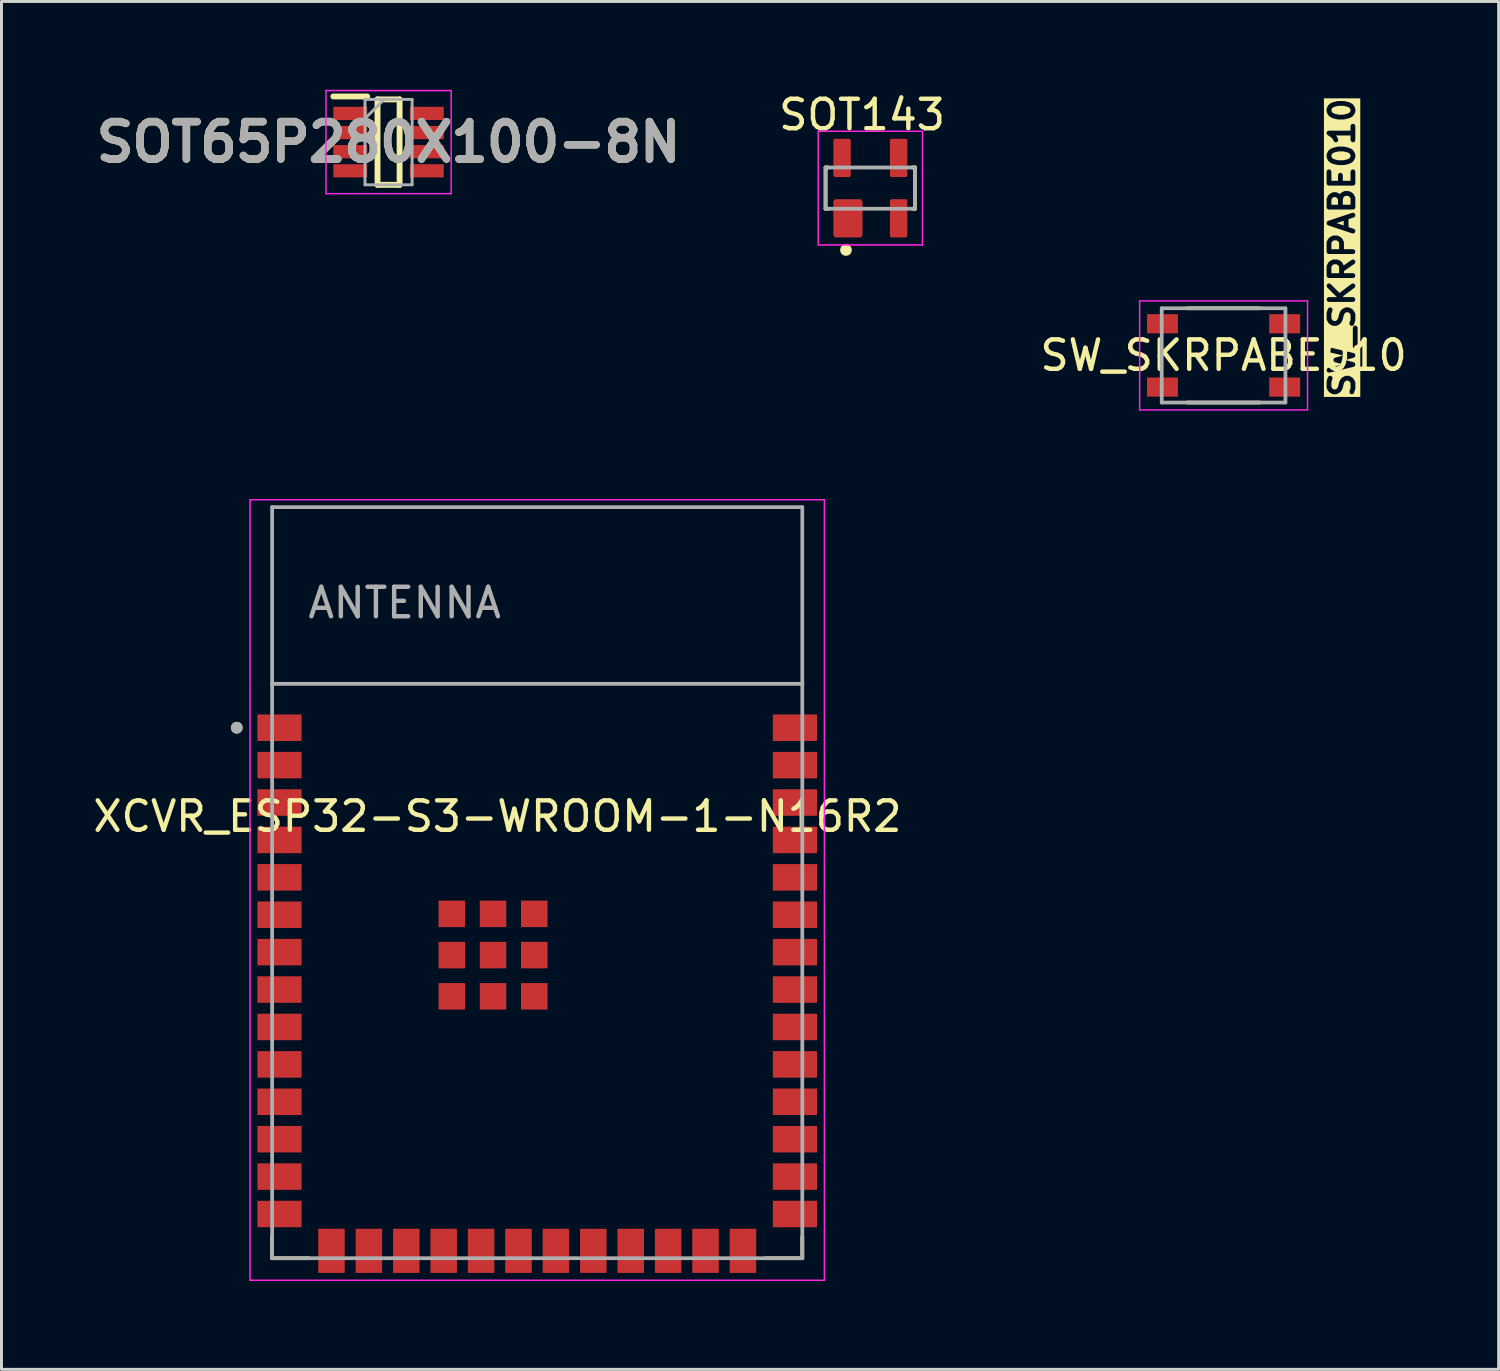
<source format=kicad_pcb>
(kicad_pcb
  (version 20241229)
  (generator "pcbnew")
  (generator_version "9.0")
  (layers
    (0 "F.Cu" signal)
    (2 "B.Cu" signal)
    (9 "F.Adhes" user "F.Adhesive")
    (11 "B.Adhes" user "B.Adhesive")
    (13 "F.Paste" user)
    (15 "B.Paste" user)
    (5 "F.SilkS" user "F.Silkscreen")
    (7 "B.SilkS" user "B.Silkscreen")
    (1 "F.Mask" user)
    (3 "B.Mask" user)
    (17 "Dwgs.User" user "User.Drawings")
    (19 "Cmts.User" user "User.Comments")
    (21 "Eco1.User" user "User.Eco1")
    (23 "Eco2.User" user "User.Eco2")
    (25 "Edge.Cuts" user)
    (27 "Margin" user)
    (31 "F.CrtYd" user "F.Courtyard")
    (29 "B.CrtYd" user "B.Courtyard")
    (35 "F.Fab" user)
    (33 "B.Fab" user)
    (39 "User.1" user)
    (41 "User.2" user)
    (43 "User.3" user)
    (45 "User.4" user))
  (footprint "SOT65P280X100-8N"
    (layer "F.Cu")
    (at 10.142 1.775)
    (property "Reference" "SOT65P280X100-8N" (at 0 0 0) (layer "F.SilkS") (effects (font (size 1.27 1.27) (thickness 0.254))))
    (attr smd)
    (fp_line (start -1.875 -1.55) (end -0.725 -1.55) (stroke (width 0.2) (type solid)) (layer "F.SilkS"))
    (fp_line (start -0.375 -1.45) (end 0.375 -1.45) (stroke (width 0.2) (type solid)) (layer "F.SilkS"))
    (fp_line (start -0.375 1.45) (end -0.375 -1.45) (stroke (width 0.2) (type solid)) (layer "F.SilkS"))
    (fp_line (start 0.375 -1.45) (end 0.375 1.45) (stroke (width 0.2) (type solid)) (layer "F.SilkS"))
    (fp_line (start 0.375 1.45) (end -0.375 1.45) (stroke (width 0.2) (type solid)) (layer "F.SilkS"))
    (fp_line (start -2.125 -1.75) (end 2.125 -1.75) (stroke (width 0.05) (type solid)) (layer "F.CrtYd"))
    (fp_line (start -2.125 1.75) (end -2.125 -1.75) (stroke (width 0.05) (type solid)) (layer "F.CrtYd"))
    (fp_line (start 2.125 -1.75) (end 2.125 1.75) (stroke (width 0.05) (type solid)) (layer "F.CrtYd"))
    (fp_line (start 2.125 1.75) (end -2.125 1.75) (stroke (width 0.05) (type solid)) (layer "F.CrtYd"))
    (fp_line (start -0.8 -1.45) (end 0.8 -1.45) (stroke (width 0.1) (type solid)) (layer "F.Fab"))
    (fp_line (start -0.8 -0.8) (end -0.15 -1.45) (stroke (width 0.1) (type solid)) (layer "F.Fab"))
    (fp_line (start -0.8 1.45) (end -0.8 -1.45) (stroke (width 0.1) (type solid)) (layer "F.Fab"))
    (fp_line (start 0.8 -1.45) (end 0.8 1.45) (stroke (width 0.1) (type solid)) (layer "F.Fab"))
    (fp_line (start 0.8 1.45) (end -0.8 1.45) (stroke (width 0.1) (type solid)) (layer "F.Fab"))
    (fp_text user "${REFERENCE}" (at 0 0 0) (layer "F.Fab") (effects (font (size 1.27 1.27) (thickness 0.254))))
    (pad "1" smd rect (at -1.3 -0.975 90) (size 0.45 1.15) (layers "F.Cu" "F.Mask" "F.Paste"))
    (pad "2" smd rect (at -1.3 -0.325 90) (size 0.45 1.15) (layers "F.Cu" "F.Mask" "F.Paste"))
    (pad "3" smd rect (at -1.3 0.325 90) (size 0.45 1.15) (layers "F.Cu" "F.Mask" "F.Paste"))
    (pad "4" smd rect (at -1.3 0.975 90) (size 0.45 1.15) (layers "F.Cu" "F.Mask" "F.Paste"))
    (pad "5" smd rect (at 1.3 0.975 90) (size 0.45 1.15) (layers "F.Cu" "F.Mask" "F.Paste"))
    (pad "6" smd rect (at 1.3 0.325 90) (size 0.45 1.15) (layers "F.Cu" "F.Mask" "F.Paste"))
    (pad "7" smd rect (at 1.3 -0.325 90) (size 0.45 1.15) (layers "F.Cu" "F.Mask" "F.Paste"))
    (pad "8" smd rect (at 1.3 -0.975 90) (size 0.45 1.15) (layers "F.Cu" "F.Mask" "F.Paste")))
  (footprint "SW_SKRPABE010"
    (layer "F.Cu")
    (at 38.492 9.017)
    (property "Reference" "SW_SKRPABE010" (at 0 0 0) (layer "F.SilkS") (effects (font (size 1 1) (thickness 0.15))))
    (property "Value" "SW_SKRPABE010" (at 0 4.85 0) (layer "F.Fab") (hide yes) (effects (font (size 1 1) (thickness 0.15))))
    (attr smd)
    (fp_line (start -1.23 -1.6) (end 1.23 -1.6) (stroke (width 0.127) (type solid)) (layer "F.SilkS"))
    (fp_line (start -1.23 1.6) (end 1.23 1.6) (stroke (width 0.127) (type solid)) (layer "F.SilkS"))
    (fp_line (start -2.85 -1.85) (end -2.85 1.85) (stroke (width 0.05) (type solid)) (layer "F.CrtYd"))
    (fp_line (start -2.85 1.85) (end 2.85 1.85) (stroke (width 0.05) (type solid)) (layer "F.CrtYd"))
    (fp_line (start 2.85 -1.85) (end -2.85 -1.85) (stroke (width 0.05) (type solid)) (layer "F.CrtYd"))
    (fp_line (start 2.85 1.85) (end 2.85 -1.85) (stroke (width 0.05) (type solid)) (layer "F.CrtYd"))
    (fp_line (start -2.1 -1.6) (end 2.1 -1.6) (stroke (width 0.127) (type solid)) (layer "F.Fab"))
    (fp_line (start -2.1 1.6) (end -2.1 -1.6) (stroke (width 0.127) (type solid)) (layer "F.Fab"))
    (fp_line (start 2.1 -1.6) (end 2.1 1.6) (stroke (width 0.127) (type solid)) (layer "F.Fab"))
    (fp_line (start 2.1 1.6) (end -2.1 1.6) (stroke (width 0.127) (type solid)) (layer "F.Fab"))
    (fp_text user "${VALUE}" (at 4.5 1.5 90) (unlocked yes) (layer "F.SilkS" knockout) (effects (font (size 0.813 0.813) (thickness 0.163) (bold yes)) (justify left bottom)))
    (pad "1" smd rect (at -2.075 -1.075) (size 1.05 0.65) (layers "F.Cu" "F.Mask" "F.Paste"))
    (pad "2" smd rect (at 2.075 -1.075) (size 1.05 0.65) (layers "F.Cu" "F.Mask" "F.Paste"))
    (pad "3" smd rect (at -2.075 1.075) (size 1.05 0.65) (layers "F.Cu" "F.Mask" "F.Paste"))
    (pad "4" smd rect (at 2.075 1.075) (size 1.05 0.65) (layers "F.Cu" "F.Mask" "F.Paste")))
  (footprint "XCVR_ESP32-S3-WROOM-1-N16R2"
    (layer "F.Cu")
    (at 15.189 26.917)
    (property "Reference" "XCVR_ESP32-S3-WROOM-1-N16R2" (at -1.35 -2.25 0) (layer "F.SilkS") (effects (font (size 1 1) (thickness 0.15))))
    (attr smd)
    (fp_line (start -9 12.02) (end -9 12.75) (stroke (width 0.127) (type solid)) (layer "F.SilkS"))
    (fp_line (start -9 12.75) (end -7.755 12.75) (stroke (width 0.127) (type solid)) (layer "F.SilkS"))
    (fp_line (start 9 12.02) (end 9 12.75) (stroke (width 0.127) (type solid)) (layer "F.SilkS"))
    (fp_line (start 9 12.75) (end 7.755 12.75) (stroke (width 0.127) (type solid)) (layer "F.SilkS"))
    (fp_circle (center -10.2 -5.26) (end -10.1 -5.26) (stroke (width 0.2) (type solid)) (fill no) (layer "F.SilkS"))
    (fp_line (start -9.75 -13) (end 9.75 -13) (stroke (width 0.05) (type solid)) (layer "F.CrtYd"))
    (fp_line (start -9.75 13.5) (end -9.75 -13) (stroke (width 0.05) (type solid)) (layer "F.CrtYd"))
    (fp_line (start -9.75 13.5) (end 9.75 13.5) (stroke (width 0.05) (type solid)) (layer "F.CrtYd"))
    (fp_line (start 9.75 -13) (end 9.75 13.5) (stroke (width 0.05) (type solid)) (layer "F.CrtYd"))
    (fp_line (start -9 -12.75) (end 9 -12.75) (stroke (width 0.127) (type solid)) (layer "F.Fab"))
    (fp_line (start -9 -6.75) (end -9 -12.75) (stroke (width 0.127) (type solid)) (layer "F.Fab"))
    (fp_line (start -9 -6.75) (end 9 -6.75) (stroke (width 0.127) (type solid)) (layer "F.Fab"))
    (fp_line (start -9 12.75) (end -9 -6.75) (stroke (width 0.127) (type solid)) (layer "F.Fab"))
    (fp_line (start 9 -12.75) (end 9 -6.75) (stroke (width 0.127) (type solid)) (layer "F.Fab"))
    (fp_line (start 9 -6.75) (end 9 12.75) (stroke (width 0.127) (type solid)) (layer "F.Fab"))
    (fp_line (start 9 12.75) (end -9 12.75) (stroke (width 0.127) (type solid)) (layer "F.Fab"))
    (fp_circle (center -10.2 -5.26) (end -10.1 -5.26) (stroke (width 0.2) (type solid)) (fill no) (layer "F.Fab"))
    (fp_text user "ANTENNA" (at -4.5 -9.5 0) (layer "F.Fab") (effects (font (size 1 1) (thickness 0.15))))
    (pad "1" smd rect (at -8.75 -5.26) (size 1.5 0.9) (layers "F.Cu" "F.Mask" "F.Paste"))
    (pad "2" smd rect (at -8.75 -3.99) (size 1.5 0.9) (layers "F.Cu" "F.Mask" "F.Paste"))
    (pad "3" smd rect (at -8.75 -2.72) (size 1.5 0.9) (layers "F.Cu" "F.Mask" "F.Paste"))
    (pad "4" smd rect (at -8.75 -1.45) (size 1.5 0.9) (layers "F.Cu" "F.Mask" "F.Paste"))
    (pad "5" smd rect (at -8.75 -0.18) (size 1.5 0.9) (layers "F.Cu" "F.Mask" "F.Paste"))
    (pad "6" smd rect (at -8.75 1.09) (size 1.5 0.9) (layers "F.Cu" "F.Mask" "F.Paste"))
    (pad "7" smd rect (at -8.75 2.36) (size 1.5 0.9) (layers "F.Cu" "F.Mask" "F.Paste"))
    (pad "8" smd rect (at -8.75 3.63) (size 1.5 0.9) (layers "F.Cu" "F.Mask" "F.Paste"))
    (pad "9" smd rect (at -8.75 4.9) (size 1.5 0.9) (layers "F.Cu" "F.Mask" "F.Paste"))
    (pad "10" smd rect (at -8.75 6.17) (size 1.5 0.9) (layers "F.Cu" "F.Mask" "F.Paste"))
    (pad "11" smd rect (at -8.75 7.44) (size 1.5 0.9) (layers "F.Cu" "F.Mask" "F.Paste"))
    (pad "12" smd rect (at -8.75 8.71) (size 1.5 0.9) (layers "F.Cu" "F.Mask" "F.Paste"))
    (pad "13" smd rect (at -8.75 9.98) (size 1.5 0.9) (layers "F.Cu" "F.Mask" "F.Paste"))
    (pad "14" smd rect (at -8.75 11.25) (size 1.5 0.9) (layers "F.Cu" "F.Mask" "F.Paste"))
    (pad "15" smd rect (at -6.985 12.5) (size 0.9 1.5) (layers "F.Cu" "F.Mask" "F.Paste"))
    (pad "16" smd rect (at -5.715 12.5) (size 0.9 1.5) (layers "F.Cu" "F.Mask" "F.Paste"))
    (pad "17" smd rect (at -4.445 12.5) (size 0.9 1.5) (layers "F.Cu" "F.Mask" "F.Paste"))
    (pad "18" smd rect (at -3.175 12.5) (size 0.9 1.5) (layers "F.Cu" "F.Mask" "F.Paste"))
    (pad "19" smd rect (at -1.905 12.5) (size 0.9 1.5) (layers "F.Cu" "F.Mask" "F.Paste"))
    (pad "20" smd rect (at -0.635 12.5) (size 0.9 1.5) (layers "F.Cu" "F.Mask" "F.Paste"))
    (pad "21" smd rect (at 0.635 12.5) (size 0.9 1.5) (layers "F.Cu" "F.Mask" "F.Paste"))
    (pad "22" smd rect (at 1.905 12.5) (size 0.9 1.5) (layers "F.Cu" "F.Mask" "F.Paste"))
    (pad "23" smd rect (at 3.175 12.5) (size 0.9 1.5) (layers "F.Cu" "F.Mask" "F.Paste"))
    (pad "24" smd rect (at 4.445 12.5) (size 0.9 1.5) (layers "F.Cu" "F.Mask" "F.Paste"))
    (pad "25" smd rect (at 5.715 12.5) (size 0.9 1.5) (layers "F.Cu" "F.Mask" "F.Paste"))
    (pad "26" smd rect (at 6.985 12.5) (size 0.9 1.5) (layers "F.Cu" "F.Mask" "F.Paste"))
    (pad "27" smd rect (at 8.75 11.25) (size 1.5 0.9) (layers "F.Cu" "F.Mask" "F.Paste"))
    (pad "28" smd rect (at 8.75 9.98) (size 1.5 0.9) (layers "F.Cu" "F.Mask" "F.Paste"))
    (pad "29" smd rect (at 8.75 8.71) (size 1.5 0.9) (layers "F.Cu" "F.Mask" "F.Paste"))
    (pad "30" smd rect (at 8.75 7.44) (size 1.5 0.9) (layers "F.Cu" "F.Mask" "F.Paste"))
    (pad "31" smd rect (at 8.75 6.17) (size 1.5 0.9) (layers "F.Cu" "F.Mask" "F.Paste"))
    (pad "32" smd rect (at 8.75 4.9) (size 1.5 0.9) (layers "F.Cu" "F.Mask" "F.Paste"))
    (pad "33" smd rect (at 8.75 3.63) (size 1.5 0.9) (layers "F.Cu" "F.Mask" "F.Paste"))
    (pad "34" smd rect (at 8.75 2.36) (size 1.5 0.9) (layers "F.Cu" "F.Mask" "F.Paste"))
    (pad "35" smd rect (at 8.75 1.09) (size 1.5 0.9) (layers "F.Cu" "F.Mask" "F.Paste"))
    (pad "36" smd rect (at 8.75 -0.18) (size 1.5 0.9) (layers "F.Cu" "F.Mask" "F.Paste"))
    (pad "37" smd rect (at 8.75 -1.45) (size 1.5 0.9) (layers "F.Cu" "F.Mask" "F.Paste"))
    (pad "38" smd rect (at 8.75 -2.72) (size 1.5 0.9) (layers "F.Cu" "F.Mask" "F.Paste"))
    (pad "39" smd rect (at 8.75 -3.99) (size 1.5 0.9) (layers "F.Cu" "F.Mask" "F.Paste"))
    (pad "40" smd rect (at 8.75 -5.26) (size 1.5 0.9) (layers "F.Cu" "F.Mask" "F.Paste"))
    (pad "41_1" smd rect (at -1.5 2.46) (size 0.9 0.9) (layers "F.Cu" "F.Mask" "F.Paste"))
    (pad "41_2" smd rect (at -2.9 2.46) (size 0.9 0.9) (layers "F.Cu" "F.Mask" "F.Paste"))
    (pad "41_3" smd rect (at -0.1 2.46) (size 0.9 0.9) (layers "F.Cu" "F.Mask" "F.Paste"))
    (pad "41_4" smd rect (at -2.9 3.86) (size 0.9 0.9) (layers "F.Cu" "F.Mask" "F.Paste"))
    (pad "41_5" smd rect (at -1.5 3.86) (size 0.9 0.9) (layers "F.Cu" "F.Mask" "F.Paste"))
    (pad "41_6" smd rect (at -0.1 3.86) (size 0.9 0.9) (layers "F.Cu" "F.Mask" "F.Paste"))
    (pad "41_7" smd rect (at -2.9 1.06) (size 0.9 0.9) (layers "F.Cu" "F.Mask" "F.Paste"))
    (pad "41_8" smd rect (at -1.5 1.06) (size 0.9 0.9) (layers "F.Cu" "F.Mask" "F.Paste"))
    (pad "41_9" smd rect (at -0.1 1.06) (size 0.9 0.9) (layers "F.Cu" "F.Mask" "F.Paste"))
    (zone (net_name "") (layer "F.Cu") (hatch full 0.508) (connect_pads) (min_thickness 0.01) (filled_areas_thickness no) (keepout (tracks not_allowed) (vias not_allowed) (pads not_allowed) (copperpour not_allowed) (footprints allowed)) (placement (enabled no)) (fill) (polygon (pts (xy 6.189 14.167) (xy 24.189 14.167) (xy 24.189 20.167) (xy 6.189 20.167))))
    (zone (net_name "") (layers "F.Cu" "B.Cu") (hatch full 0.508) (connect_pads) (min_thickness 0.01) (filled_areas_thickness no) (keepout (tracks allowed) (vias not_allowed) (pads allowed) (copperpour allowed) (footprints allowed)) (placement (enabled no)) (fill) (polygon (pts (xy 6.189 14.167) (xy 24.189 14.167) (xy 24.189 20.167) (xy 6.189 20.167))))
    (zone (net_name "") (layer "B.Cu") (hatch full 0.508) (connect_pads) (min_thickness 0.01) (filled_areas_thickness no) (keepout (tracks not_allowed) (vias not_allowed) (pads not_allowed) (copperpour not_allowed) (footprints allowed)) (placement (enabled no)) (fill) (polygon (pts (xy 6.189 14.167) (xy 24.189 14.167) (xy 24.189 20.167) (xy 6.189 20.167)))))
  (footprint "SOT143"
    (layer "F.Cu")
    (at 26.499 3.337)
    (property "Reference" "SOT143" (at -0.281 -2.489 0) (layer "F.SilkS") (effects (font (size 1 1) (thickness 0.15))))
    (attr through_hole)
    (fp_line (start -1.52 -0.7) (end -1.52 0.7) (stroke (width 0.127) (type solid)) (layer "F.SilkS"))
    (fp_line (start -1.52 -0.7) (end -1.42 -0.7) (stroke (width 0.127) (type solid)) (layer "F.SilkS"))
    (fp_line (start -1.52 0.7) (end -1.42 0.7) (stroke (width 0.127) (type solid)) (layer "F.SilkS"))
    (fp_line (start 1.52 -0.7) (end 1.42 -0.7) (stroke (width 0.127) (type solid)) (layer "F.SilkS"))
    (fp_line (start 1.52 -0.7) (end 1.52 0.7) (stroke (width 0.127) (type solid)) (layer "F.SilkS"))
    (fp_line (start 1.52 0.7) (end 1.42 0.7) (stroke (width 0.127) (type solid)) (layer "F.SilkS"))
    (fp_circle (center -0.827 2.1) (end -0.727 2.1) (stroke (width 0.2) (type solid)) (fill no) (layer "F.SilkS"))
    (fp_line (start -1.77 -1.93) (end -1.77 1.93) (stroke (width 0.05) (type solid)) (layer "F.CrtYd"))
    (fp_line (start -1.77 1.93) (end 1.77 1.93) (stroke (width 0.05) (type solid)) (layer "F.CrtYd"))
    (fp_line (start 1.77 -1.93) (end -1.77 -1.93) (stroke (width 0.05) (type solid)) (layer "F.CrtYd"))
    (fp_line (start 1.77 1.93) (end 1.77 -1.93) (stroke (width 0.05) (type solid)) (layer "F.CrtYd"))
    (fp_line (start -1.52 -0.7) (end -1.52 0.7) (stroke (width 0.127) (type solid)) (layer "F.Fab"))
    (fp_line (start -1.52 0.7) (end 1.52 0.7) (stroke (width 0.127) (type solid)) (layer "F.Fab"))
    (fp_line (start 1.52 -0.7) (end -1.52 -0.7) (stroke (width 0.127) (type solid)) (layer "F.Fab"))
    (fp_line (start 1.52 0.7) (end 1.52 -0.7) (stroke (width 0.127) (type solid)) (layer "F.Fab"))
    (pad "1" smd roundrect (at -0.76 1.025) (size 0.99 1.3) (layers "F.Cu" "F.Mask" "F.Paste") (roundrect_rratio 0.1))
    (pad "2" smd roundrect (at 0.96 1.025) (size 0.59 1.3) (layers "F.Cu" "F.Mask" "F.Paste") (roundrect_rratio 0.1))
    (pad "3" smd roundrect (at 0.96 -1.025) (size 0.59 1.3) (layers "F.Cu" "F.Mask" "F.Paste") (roundrect_rratio 0.1))
    (pad "4" smd roundrect (at -0.96 -1.025) (size 0.59 1.3) (layers "F.Cu" "F.Mask" "F.Paste") (roundrect_rratio 0.1)))
  (gr_rect
    (start -3 -3)
    (end 47.831 43.442)
    (stroke (width 0.1) (type default))
    (fill no)
    (layer "Edge.Cuts")))
</source>
